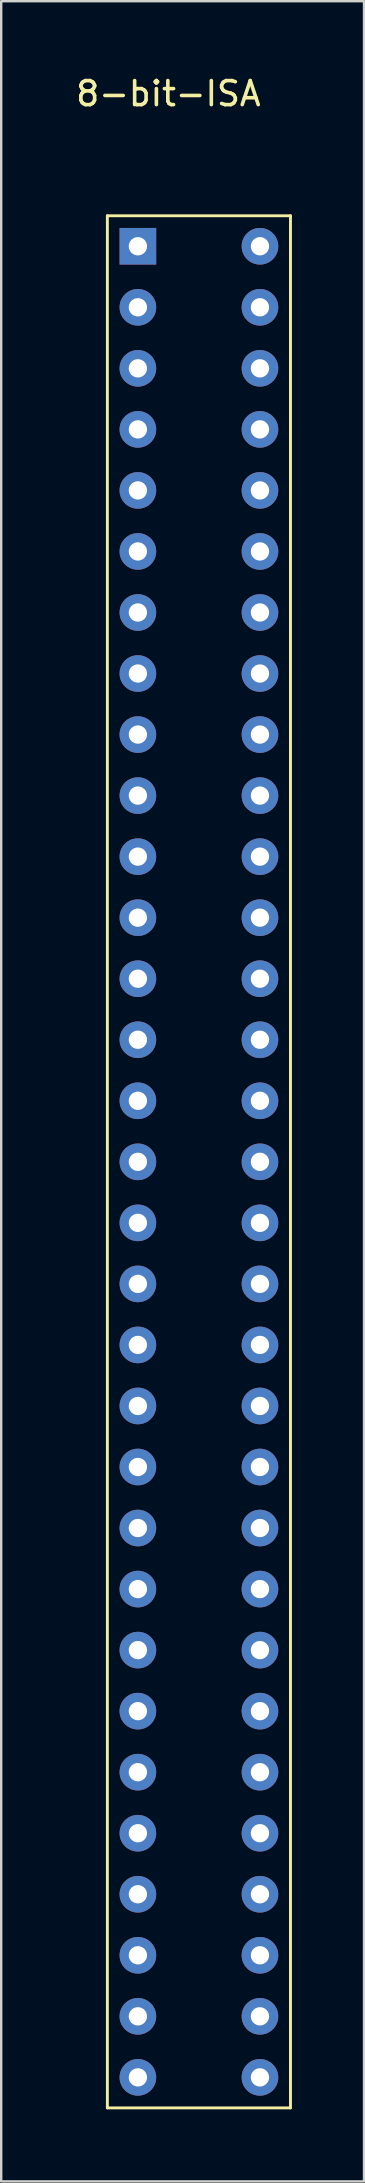
<source format=kicad_pcb>
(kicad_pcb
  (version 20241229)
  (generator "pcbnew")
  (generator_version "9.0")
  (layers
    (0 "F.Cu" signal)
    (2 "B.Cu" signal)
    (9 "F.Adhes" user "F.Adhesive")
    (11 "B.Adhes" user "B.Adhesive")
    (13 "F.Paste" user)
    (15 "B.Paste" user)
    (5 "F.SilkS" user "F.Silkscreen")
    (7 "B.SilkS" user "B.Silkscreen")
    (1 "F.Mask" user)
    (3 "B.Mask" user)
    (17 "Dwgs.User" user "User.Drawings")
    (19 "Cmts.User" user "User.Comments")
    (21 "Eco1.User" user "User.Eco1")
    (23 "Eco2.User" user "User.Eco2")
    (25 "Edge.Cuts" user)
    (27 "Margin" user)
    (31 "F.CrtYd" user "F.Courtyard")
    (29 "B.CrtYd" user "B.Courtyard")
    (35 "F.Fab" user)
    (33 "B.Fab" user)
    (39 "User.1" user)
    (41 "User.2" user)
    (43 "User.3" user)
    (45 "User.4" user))
  (footprint "8-bit-ISA"
    (layer "F.Cu")
    (at 2.688 7.198)
    (property "Reference" "8-bit-ISA" (at 1.27 -6.35 0) (layer "F.SilkS") (effects (font (size 1 1) (thickness 0.15))))
    (attr through_hole)
    (fp_line (start -1.27 -1.27) (end -1.27 77.47) (stroke (width 0.12) (type solid)) (layer "F.SilkS"))
    (fp_line (start -1.27 77.47) (end 6.35 77.47) (stroke (width 0.12) (type solid)) (layer "F.SilkS"))
    (fp_line (start 6.35 -1.27) (end -1.27 -1.27) (stroke (width 0.12) (type solid)) (layer "F.SilkS"))
    (fp_line (start 6.35 77.47) (end 6.35 -1.27) (stroke (width 0.12) (type solid)) (layer "F.SilkS"))
    (pad "1" thru_hole rect (at 0 0) (size 1.524 1.524) (drill 0.762) (layers "*.Cu" "*.Mask"))
    (pad "2" thru_hole circle (at 0 2.54) (size 1.524 1.524) (drill 0.762) (layers "*.Cu" "*.Mask"))
    (pad "3" thru_hole circle (at 0 5.08) (size 1.524 1.524) (drill 0.762) (layers "*.Cu" "*.Mask"))
    (pad "4" thru_hole circle (at 0 7.62) (size 1.524 1.524) (drill 0.762) (layers "*.Cu" "*.Mask"))
    (pad "5" thru_hole circle (at 0 10.16) (size 1.524 1.524) (drill 0.762) (layers "*.Cu" "*.Mask"))
    (pad "6" thru_hole circle (at 0 12.7) (size 1.524 1.524) (drill 0.762) (layers "*.Cu" "*.Mask"))
    (pad "7" thru_hole circle (at 0 15.24) (size 1.524 1.524) (drill 0.762) (layers "*.Cu" "*.Mask"))
    (pad "8" thru_hole circle (at 0 17.78) (size 1.524 1.524) (drill 0.762) (layers "*.Cu" "*.Mask"))
    (pad "9" thru_hole circle (at 0 20.32) (size 1.524 1.524) (drill 0.762) (layers "*.Cu" "*.Mask"))
    (pad "10" thru_hole circle (at 0 22.86) (size 1.524 1.524) (drill 0.762) (layers "*.Cu" "*.Mask"))
    (pad "11" thru_hole circle (at 0 25.4) (size 1.524 1.524) (drill 0.762) (layers "*.Cu" "*.Mask"))
    (pad "12" thru_hole circle (at 0 27.94) (size 1.524 1.524) (drill 0.762) (layers "*.Cu" "*.Mask"))
    (pad "13" thru_hole circle (at 0 30.48) (size 1.524 1.524) (drill 0.762) (layers "*.Cu" "*.Mask"))
    (pad "14" thru_hole circle (at 0 33.02) (size 1.524 1.524) (drill 0.762) (layers "*.Cu" "*.Mask"))
    (pad "15" thru_hole circle (at 0 35.56) (size 1.524 1.524) (drill 0.762) (layers "*.Cu" "*.Mask"))
    (pad "16" thru_hole circle (at 0 38.1) (size 1.524 1.524) (drill 0.762) (layers "*.Cu" "*.Mask"))
    (pad "17" thru_hole circle (at 0 40.64) (size 1.524 1.524) (drill 0.762) (layers "*.Cu" "*.Mask"))
    (pad "18" thru_hole circle (at 0 43.18) (size 1.524 1.524) (drill 0.762) (layers "*.Cu" "*.Mask"))
    (pad "19" thru_hole circle (at 0 45.72) (size 1.524 1.524) (drill 0.762) (layers "*.Cu" "*.Mask"))
    (pad "20" thru_hole circle (at 0 48.26) (size 1.524 1.524) (drill 0.762) (layers "*.Cu" "*.Mask"))
    (pad "21" thru_hole circle (at 0 50.8) (size 1.524 1.524) (drill 0.762) (layers "*.Cu" "*.Mask"))
    (pad "22" thru_hole circle (at 0 53.34) (size 1.524 1.524) (drill 0.762) (layers "*.Cu" "*.Mask"))
    (pad "23" thru_hole circle (at 0 55.88) (size 1.524 1.524) (drill 0.762) (layers "*.Cu" "*.Mask"))
    (pad "24" thru_hole circle (at 0 58.42) (size 1.524 1.524) (drill 0.762) (layers "*.Cu" "*.Mask"))
    (pad "25" thru_hole circle (at 0 60.96) (size 1.524 1.524) (drill 0.762) (layers "*.Cu" "*.Mask"))
    (pad "26" thru_hole circle (at 0 63.5) (size 1.524 1.524) (drill 0.762) (layers "*.Cu" "*.Mask"))
    (pad "27" thru_hole circle (at 0 66.04) (size 1.524 1.524) (drill 0.762) (layers "*.Cu" "*.Mask"))
    (pad "28" thru_hole circle (at 0 68.58) (size 1.524 1.524) (drill 0.762) (layers "*.Cu" "*.Mask"))
    (pad "29" thru_hole circle (at 0 71.12) (size 1.524 1.524) (drill 0.762) (layers "*.Cu" "*.Mask"))
    (pad "30" thru_hole circle (at 0 73.66) (size 1.524 1.524) (drill 0.762) (layers "*.Cu" "*.Mask"))
    (pad "31" thru_hole circle (at 0 76.2) (size 1.524 1.524) (drill 0.762) (layers "*.Cu" "*.Mask"))
    (pad "32" thru_hole circle (at 5.08 0) (size 1.524 1.524) (drill 0.762) (layers "*.Cu" "*.Mask"))
    (pad "33" thru_hole circle (at 5.08 2.54) (size 1.524 1.524) (drill 0.762) (layers "*.Cu" "*.Mask"))
    (pad "34" thru_hole circle (at 5.08 5.08) (size 1.524 1.524) (drill 0.762) (layers "*.Cu" "*.Mask"))
    (pad "35" thru_hole circle (at 5.08 7.62) (size 1.524 1.524) (drill 0.762) (layers "*.Cu" "*.Mask"))
    (pad "36" thru_hole circle (at 5.08 10.16) (size 1.524 1.524) (drill 0.762) (layers "*.Cu" "*.Mask"))
    (pad "37" thru_hole circle (at 5.08 12.7) (size 1.524 1.524) (drill 0.762) (layers "*.Cu" "*.Mask"))
    (pad "38" thru_hole circle (at 5.08 15.24) (size 1.524 1.524) (drill 0.762) (layers "*.Cu" "*.Mask"))
    (pad "39" thru_hole circle (at 5.08 17.78) (size 1.524 1.524) (drill 0.762) (layers "*.Cu" "*.Mask"))
    (pad "40" thru_hole circle (at 5.08 20.32) (size 1.524 1.524) (drill 0.762) (layers "*.Cu" "*.Mask"))
    (pad "41" thru_hole circle (at 5.08 22.86) (size 1.524 1.524) (drill 0.762) (layers "*.Cu" "*.Mask"))
    (pad "42" thru_hole circle (at 5.08 25.4) (size 1.524 1.524) (drill 0.762) (layers "*.Cu" "*.Mask"))
    (pad "43" thru_hole circle (at 5.08 27.94) (size 1.524 1.524) (drill 0.762) (layers "*.Cu" "*.Mask"))
    (pad "44" thru_hole circle (at 5.08 30.48) (size 1.524 1.524) (drill 0.762) (layers "*.Cu" "*.Mask"))
    (pad "45" thru_hole circle (at 5.08 33.02) (size 1.524 1.524) (drill 0.762) (layers "*.Cu" "*.Mask"))
    (pad "46" thru_hole circle (at 5.08 35.56) (size 1.524 1.524) (drill 0.762) (layers "*.Cu" "*.Mask"))
    (pad "47" thru_hole circle (at 5.08 38.1) (size 1.524 1.524) (drill 0.762) (layers "*.Cu" "*.Mask"))
    (pad "48" thru_hole circle (at 5.08 40.64) (size 1.524 1.524) (drill 0.762) (layers "*.Cu" "*.Mask"))
    (pad "49" thru_hole circle (at 5.08 43.18) (size 1.524 1.524) (drill 0.762) (layers "*.Cu" "*.Mask"))
    (pad "50" thru_hole circle (at 5.08 45.72) (size 1.524 1.524) (drill 0.762) (layers "*.Cu" "*.Mask"))
    (pad "51" thru_hole circle (at 5.08 48.26) (size 1.524 1.524) (drill 0.762) (layers "*.Cu" "*.Mask"))
    (pad "52" thru_hole circle (at 5.08 50.8) (size 1.524 1.524) (drill 0.762) (layers "*.Cu" "*.Mask"))
    (pad "53" thru_hole circle (at 5.08 53.34) (size 1.524 1.524) (drill 0.762) (layers "*.Cu" "*.Mask"))
    (pad "54" thru_hole circle (at 5.08 55.88) (size 1.524 1.524) (drill 0.762) (layers "*.Cu" "*.Mask"))
    (pad "55" thru_hole circle (at 5.08 58.42) (size 1.524 1.524) (drill 0.762) (layers "*.Cu" "*.Mask"))
    (pad "56" thru_hole circle (at 5.08 60.96) (size 1.524 1.524) (drill 0.762) (layers "*.Cu" "*.Mask"))
    (pad "57" thru_hole circle (at 5.08 63.5) (size 1.524 1.524) (drill 0.762) (layers "*.Cu" "*.Mask"))
    (pad "58" thru_hole circle (at 5.08 66.04) (size 1.524 1.524) (drill 0.762) (layers "*.Cu" "*.Mask"))
    (pad "59" thru_hole circle (at 5.08 68.58) (size 1.524 1.524) (drill 0.762) (layers "*.Cu" "*.Mask"))
    (pad "60" thru_hole circle (at 5.08 71.12) (size 1.524 1.524) (drill 0.762) (layers "*.Cu" "*.Mask"))
    (pad "61" thru_hole circle (at 5.08 73.66) (size 1.524 1.524) (drill 0.762) (layers "*.Cu" "*.Mask"))
    (pad "62" thru_hole circle (at 5.08 76.2) (size 1.524 1.524) (drill 0.762) (layers "*.Cu" "*.Mask")))
  (gr_rect
    (start -3 -3)
    (end 12.098 87.728)
    (stroke (width 0.1) (type default))
    (fill no)
    (layer "Edge.Cuts")))
</source>
